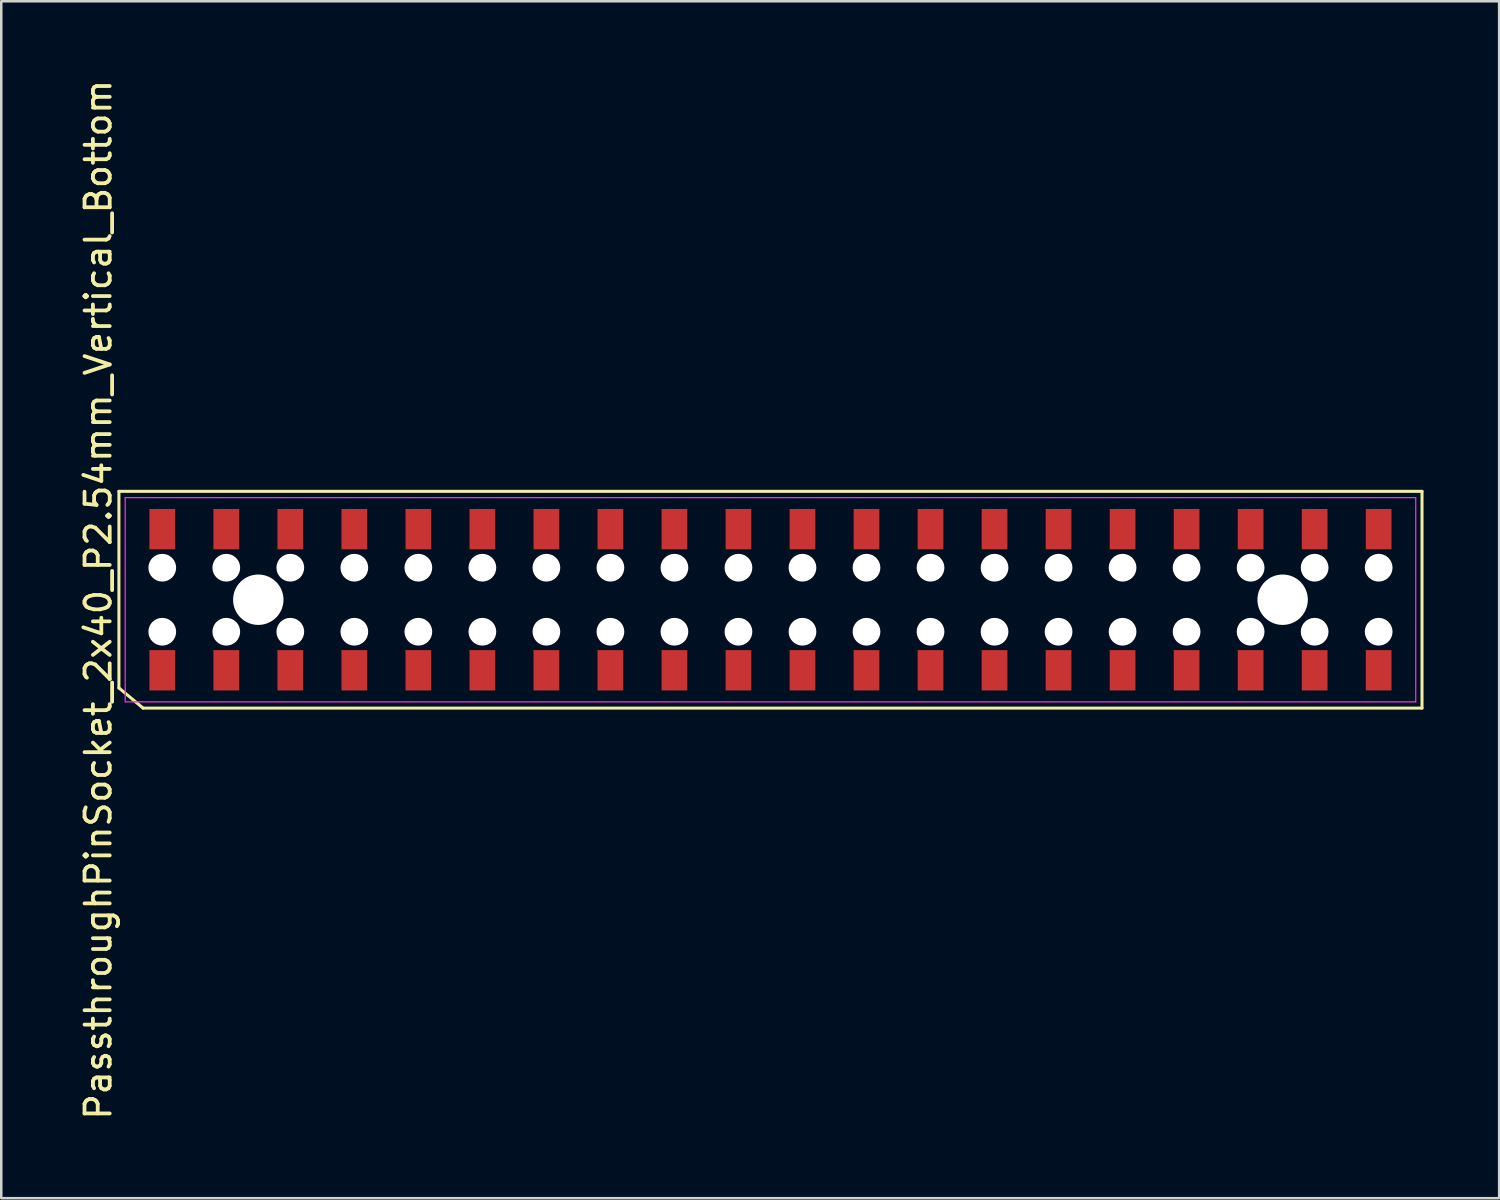
<source format=kicad_pcb>
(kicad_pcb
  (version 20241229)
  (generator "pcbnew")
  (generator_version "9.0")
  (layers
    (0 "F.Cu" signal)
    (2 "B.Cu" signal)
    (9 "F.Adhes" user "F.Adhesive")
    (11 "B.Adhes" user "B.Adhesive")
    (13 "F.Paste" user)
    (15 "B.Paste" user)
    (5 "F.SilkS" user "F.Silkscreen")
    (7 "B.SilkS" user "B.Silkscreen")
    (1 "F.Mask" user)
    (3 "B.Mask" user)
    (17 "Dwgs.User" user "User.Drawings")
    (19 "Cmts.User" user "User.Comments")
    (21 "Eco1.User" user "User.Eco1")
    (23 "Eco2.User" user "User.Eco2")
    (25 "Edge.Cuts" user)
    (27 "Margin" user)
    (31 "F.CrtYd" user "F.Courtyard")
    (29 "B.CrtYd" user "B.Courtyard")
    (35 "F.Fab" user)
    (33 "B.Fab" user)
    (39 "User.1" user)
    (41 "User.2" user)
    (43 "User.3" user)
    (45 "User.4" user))
  (footprint "PassthroughPinSocket_2x40_P2.54mm_Vertical_Bottom"
    (layer "F.Cu")
    (at 27.518 20.744)
    (property "Reference" "PassthroughPinSocket_2x40_P2.54mm_Vertical_Bottom" (at -26.67 0 90) (layer "F.SilkS") (effects (font (size 1 1) (thickness 0.15))))
    (attr through_hole)
    (fp_line (start -25.85 -4.3) (end 25.85 -4.3) (stroke (width 0.12) (type solid)) (layer "F.SilkS"))
    (fp_line (start -25.85 3.5) (end -25.85 -4.3) (stroke (width 0.12) (type solid)) (layer "F.SilkS"))
    (fp_line (start -24.892 4.3) (end -25.85 3.5) (stroke (width 0.12) (type solid)) (layer "F.SilkS"))
    (fp_line (start 25.85 -4.3) (end 25.85 4.3) (stroke (width 0.12) (type solid)) (layer "F.SilkS"))
    (fp_line (start 25.85 4.3) (end -24.892 4.3) (stroke (width 0.12) (type solid)) (layer "F.SilkS"))
    (fp_line (start -25.6 -4.05) (end 25.6 -4.05) (stroke (width 0.05) (type solid)) (layer "F.CrtYd"))
    (fp_line (start -25.6 4.05) (end -25.6 -4.05) (stroke (width 0.05) (type solid)) (layer "F.CrtYd"))
    (fp_line (start 25.6 -4.05) (end 25.6 4.05) (stroke (width 0.05) (type solid)) (layer "F.CrtYd"))
    (fp_line (start 25.6 4.05) (end -25.6 4.05) (stroke (width 0.05) (type solid)) (layer "F.CrtYd"))
    (pad "" np_thru_hole circle (at -24.13 -1.27) (size 1.1 1.1) (drill 1.1) (layers "*.Cu" "*.Mask"))
    (pad "" np_thru_hole circle (at -24.13 1.27) (size 1.1 1.1) (drill 1.1) (layers "*.Cu" "*.Mask"))
    (pad "" np_thru_hole circle (at -21.59 -1.27) (size 1.1 1.1) (drill 1.1) (layers "*.Cu" "*.Mask"))
    (pad "" np_thru_hole circle (at -21.59 1.27) (size 1.1 1.1) (drill 1.1) (layers "*.Cu" "*.Mask"))
    (pad "" np_thru_hole circle (at -20.32 0) (size 2 2) (drill 2) (layers "*.Cu" "*.Mask"))
    (pad "" np_thru_hole circle (at -19.05 -1.27) (size 1.1 1.1) (drill 1.1) (layers "*.Cu" "*.Mask"))
    (pad "" np_thru_hole circle (at -19.05 1.27) (size 1.1 1.1) (drill 1.1) (layers "*.Cu" "*.Mask"))
    (pad "" np_thru_hole circle (at -16.51 -1.27) (size 1.1 1.1) (drill 1.1) (layers "*.Cu" "*.Mask"))
    (pad "" np_thru_hole circle (at -16.51 1.27) (size 1.1 1.1) (drill 1.1) (layers "*.Cu" "*.Mask"))
    (pad "" np_thru_hole circle (at -13.97 -1.27) (size 1.1 1.1) (drill 1.1) (layers "*.Cu" "*.Mask"))
    (pad "" np_thru_hole circle (at -13.97 1.27) (size 1.1 1.1) (drill 1.1) (layers "*.Cu" "*.Mask"))
    (pad "" np_thru_hole circle (at -11.43 -1.27) (size 1.1 1.1) (drill 1.1) (layers "*.Cu" "*.Mask"))
    (pad "" np_thru_hole circle (at -11.43 1.27) (size 1.1 1.1) (drill 1.1) (layers "*.Cu" "*.Mask"))
    (pad "" np_thru_hole circle (at -8.89 -1.27) (size 1.1 1.1) (drill 1.1) (layers "*.Cu" "*.Mask"))
    (pad "" np_thru_hole circle (at -8.89 1.27) (size 1.1 1.1) (drill 1.1) (layers "*.Cu" "*.Mask"))
    (pad "" np_thru_hole circle (at -6.35 -1.27) (size 1.1 1.1) (drill 1.1) (layers "*.Cu" "*.Mask"))
    (pad "" np_thru_hole circle (at -6.35 1.27) (size 1.1 1.1) (drill 1.1) (layers "*.Cu" "*.Mask"))
    (pad "" np_thru_hole circle (at -3.81 -1.27) (size 1.1 1.1) (drill 1.1) (layers "*.Cu" "*.Mask"))
    (pad "" np_thru_hole circle (at -3.81 1.27) (size 1.1 1.1) (drill 1.1) (layers "*.Cu" "*.Mask"))
    (pad "" np_thru_hole circle (at -1.27 -1.27) (size 1.1 1.1) (drill 1.1) (layers "*.Cu" "*.Mask"))
    (pad "" np_thru_hole circle (at -1.27 1.27) (size 1.1 1.1) (drill 1.1) (layers "*.Cu" "*.Mask"))
    (pad "" np_thru_hole circle (at 1.27 -1.27) (size 1.1 1.1) (drill 1.1) (layers "*.Cu" "*.Mask"))
    (pad "" np_thru_hole circle (at 1.27 1.27) (size 1.1 1.1) (drill 1.1) (layers "*.Cu" "*.Mask"))
    (pad "" np_thru_hole circle (at 3.81 -1.27) (size 1.1 1.1) (drill 1.1) (layers "*.Cu" "*.Mask"))
    (pad "" np_thru_hole circle (at 3.81 1.27) (size 1.1 1.1) (drill 1.1) (layers "*.Cu" "*.Mask"))
    (pad "" np_thru_hole circle (at 6.35 -1.27) (size 1.1 1.1) (drill 1.1) (layers "*.Cu" "*.Mask"))
    (pad "" np_thru_hole circle (at 6.35 1.27) (size 1.1 1.1) (drill 1.1) (layers "*.Cu" "*.Mask"))
    (pad "" np_thru_hole circle (at 8.89 -1.27) (size 1.1 1.1) (drill 1.1) (layers "*.Cu" "*.Mask"))
    (pad "" np_thru_hole circle (at 8.89 1.27) (size 1.1 1.1) (drill 1.1) (layers "*.Cu" "*.Mask"))
    (pad "" np_thru_hole circle (at 11.43 -1.27) (size 1.1 1.1) (drill 1.1) (layers "*.Cu" "*.Mask"))
    (pad "" np_thru_hole circle (at 11.43 1.27) (size 1.1 1.1) (drill 1.1) (layers "*.Cu" "*.Mask"))
    (pad "" np_thru_hole circle (at 13.97 -1.27) (size 1.1 1.1) (drill 1.1) (layers "*.Cu" "*.Mask"))
    (pad "" np_thru_hole circle (at 13.97 1.27) (size 1.1 1.1) (drill 1.1) (layers "*.Cu" "*.Mask"))
    (pad "" np_thru_hole circle (at 16.51 -1.27) (size 1.1 1.1) (drill 1.1) (layers "*.Cu" "*.Mask"))
    (pad "" np_thru_hole circle (at 16.51 1.27) (size 1.1 1.1) (drill 1.1) (layers "*.Cu" "*.Mask"))
    (pad "" np_thru_hole circle (at 19.05 -1.27) (size 1.1 1.1) (drill 1.1) (layers "*.Cu" "*.Mask"))
    (pad "" np_thru_hole circle (at 19.05 1.27) (size 1.1 1.1) (drill 1.1) (layers "*.Cu" "*.Mask"))
    (pad "" np_thru_hole circle (at 20.32 0) (size 2 2) (drill 2) (layers "*.Cu" "*.Mask"))
    (pad "" np_thru_hole circle (at 21.59 -1.27) (size 1.1 1.1) (drill 1.1) (layers "*.Cu" "*.Mask"))
    (pad "" np_thru_hole circle (at 21.59 1.27) (size 1.1 1.1) (drill 1.1) (layers "*.Cu" "*.Mask"))
    (pad "" np_thru_hole circle (at 24.13 -1.27) (size 1.1 1.1) (drill 1.1) (layers "*.Cu" "*.Mask"))
    (pad "" np_thru_hole circle (at 24.13 1.27) (size 1.1 1.1) (drill 1.1) (layers "*.Cu" "*.Mask"))
    (pad "1" smd rect (at -24.13 -2.8) (size 1.02 1.6) (layers "F.Cu" "F.Mask" "F.Paste"))
    (pad "2" smd rect (at -24.13 2.8) (size 1.02 1.6) (layers "F.Cu" "F.Mask" "F.Paste"))
    (pad "3" smd rect (at -21.59 -2.8) (size 1.02 1.6) (layers "F.Cu" "F.Mask" "F.Paste"))
    (pad "4" smd rect (at -21.59 2.8) (size 1.02 1.6) (layers "F.Cu" "F.Mask" "F.Paste"))
    (pad "5" smd rect (at -19.05 -2.8) (size 1.02 1.6) (layers "F.Cu" "F.Mask" "F.Paste"))
    (pad "6" smd rect (at -19.05 2.8) (size 1.02 1.6) (layers "F.Cu" "F.Mask" "F.Paste"))
    (pad "7" smd rect (at -16.51 -2.8) (size 1.02 1.6) (layers "F.Cu" "F.Mask" "F.Paste"))
    (pad "8" smd rect (at -16.51 2.8) (size 1.02 1.6) (layers "F.Cu" "F.Mask" "F.Paste"))
    (pad "9" smd rect (at -13.97 -2.8) (size 1.02 1.6) (layers "F.Cu" "F.Mask" "F.Paste"))
    (pad "10" smd rect (at -13.97 2.8) (size 1.02 1.6) (layers "F.Cu" "F.Mask" "F.Paste"))
    (pad "11" smd rect (at -11.43 -2.8) (size 1.02 1.6) (layers "F.Cu" "F.Mask" "F.Paste"))
    (pad "12" smd rect (at -11.43 2.8) (size 1.02 1.6) (layers "F.Cu" "F.Mask" "F.Paste"))
    (pad "13" smd rect (at -8.89 -2.8) (size 1.02 1.6) (layers "F.Cu" "F.Mask" "F.Paste"))
    (pad "14" smd rect (at -8.89 2.8) (size 1.02 1.6) (layers "F.Cu" "F.Mask" "F.Paste"))
    (pad "15" smd rect (at -6.35 -2.8) (size 1.02 1.6) (layers "F.Cu" "F.Mask" "F.Paste"))
    (pad "16" smd rect (at -6.35 2.8) (size 1.02 1.6) (layers "F.Cu" "F.Mask" "F.Paste"))
    (pad "17" smd rect (at -3.81 -2.8) (size 1.02 1.6) (layers "F.Cu" "F.Mask" "F.Paste"))
    (pad "18" smd rect (at -3.81 2.8) (size 1.02 1.6) (layers "F.Cu" "F.Mask" "F.Paste"))
    (pad "19" smd rect (at -1.27 -2.8) (size 1.02 1.6) (layers "F.Cu" "F.Mask" "F.Paste"))
    (pad "20" smd rect (at -1.27 2.8) (size 1.02 1.6) (layers "F.Cu" "F.Mask" "F.Paste"))
    (pad "21" smd rect (at 1.27 -2.8) (size 1.02 1.6) (layers "F.Cu" "F.Mask" "F.Paste"))
    (pad "22" smd rect (at 1.27 2.8) (size 1.02 1.6) (layers "F.Cu" "F.Mask" "F.Paste"))
    (pad "23" smd rect (at 3.81 -2.8) (size 1.02 1.6) (layers "F.Cu" "F.Mask" "F.Paste"))
    (pad "24" smd rect (at 3.81 2.8) (size 1.02 1.6) (layers "F.Cu" "F.Mask" "F.Paste"))
    (pad "25" smd rect (at 6.35 -2.8) (size 1.02 1.6) (layers "F.Cu" "F.Mask" "F.Paste"))
    (pad "26" smd rect (at 6.35 2.8) (size 1.02 1.6) (layers "F.Cu" "F.Mask" "F.Paste"))
    (pad "27" smd rect (at 8.89 -2.8) (size 1.02 1.6) (layers "F.Cu" "F.Mask" "F.Paste"))
    (pad "28" smd rect (at 8.89 2.8) (size 1.02 1.6) (layers "F.Cu" "F.Mask" "F.Paste"))
    (pad "29" smd rect (at 11.43 -2.8) (size 1.02 1.6) (layers "F.Cu" "F.Mask" "F.Paste"))
    (pad "30" smd rect (at 11.43 2.8) (size 1.02 1.6) (layers "F.Cu" "F.Mask" "F.Paste"))
    (pad "31" smd rect (at 13.97 -2.8) (size 1.02 1.6) (layers "F.Cu" "F.Mask" "F.Paste"))
    (pad "32" smd rect (at 13.97 2.8) (size 1.02 1.6) (layers "F.Cu" "F.Mask" "F.Paste"))
    (pad "33" smd rect (at 16.51 -2.8) (size 1.02 1.6) (layers "F.Cu" "F.Mask" "F.Paste"))
    (pad "34" smd rect (at 16.51 2.8) (size 1.02 1.6) (layers "F.Cu" "F.Mask" "F.Paste"))
    (pad "35" smd rect (at 19.05 -2.8) (size 1.02 1.6) (layers "F.Cu" "F.Mask" "F.Paste"))
    (pad "36" smd rect (at 19.05 2.8) (size 1.02 1.6) (layers "F.Cu" "F.Mask" "F.Paste"))
    (pad "37" smd rect (at 21.59 -2.8) (size 1.02 1.6) (layers "F.Cu" "F.Mask" "F.Paste"))
    (pad "38" smd rect (at 21.59 2.8) (size 1.02 1.6) (layers "F.Cu" "F.Mask" "F.Paste"))
    (pad "39" smd rect (at 24.13 -2.8) (size 1.02 1.6) (layers "F.Cu" "F.Mask" "F.Paste"))
    (pad "40" smd rect (at 24.13 2.8) (size 1.02 1.6) (layers "F.Cu" "F.Mask" "F.Paste")))
  (gr_rect
    (start -3 -3)
    (end 56.428 44.488)
    (stroke (width 0.1) (type default))
    (fill no)
    (layer "Edge.Cuts")))
</source>
